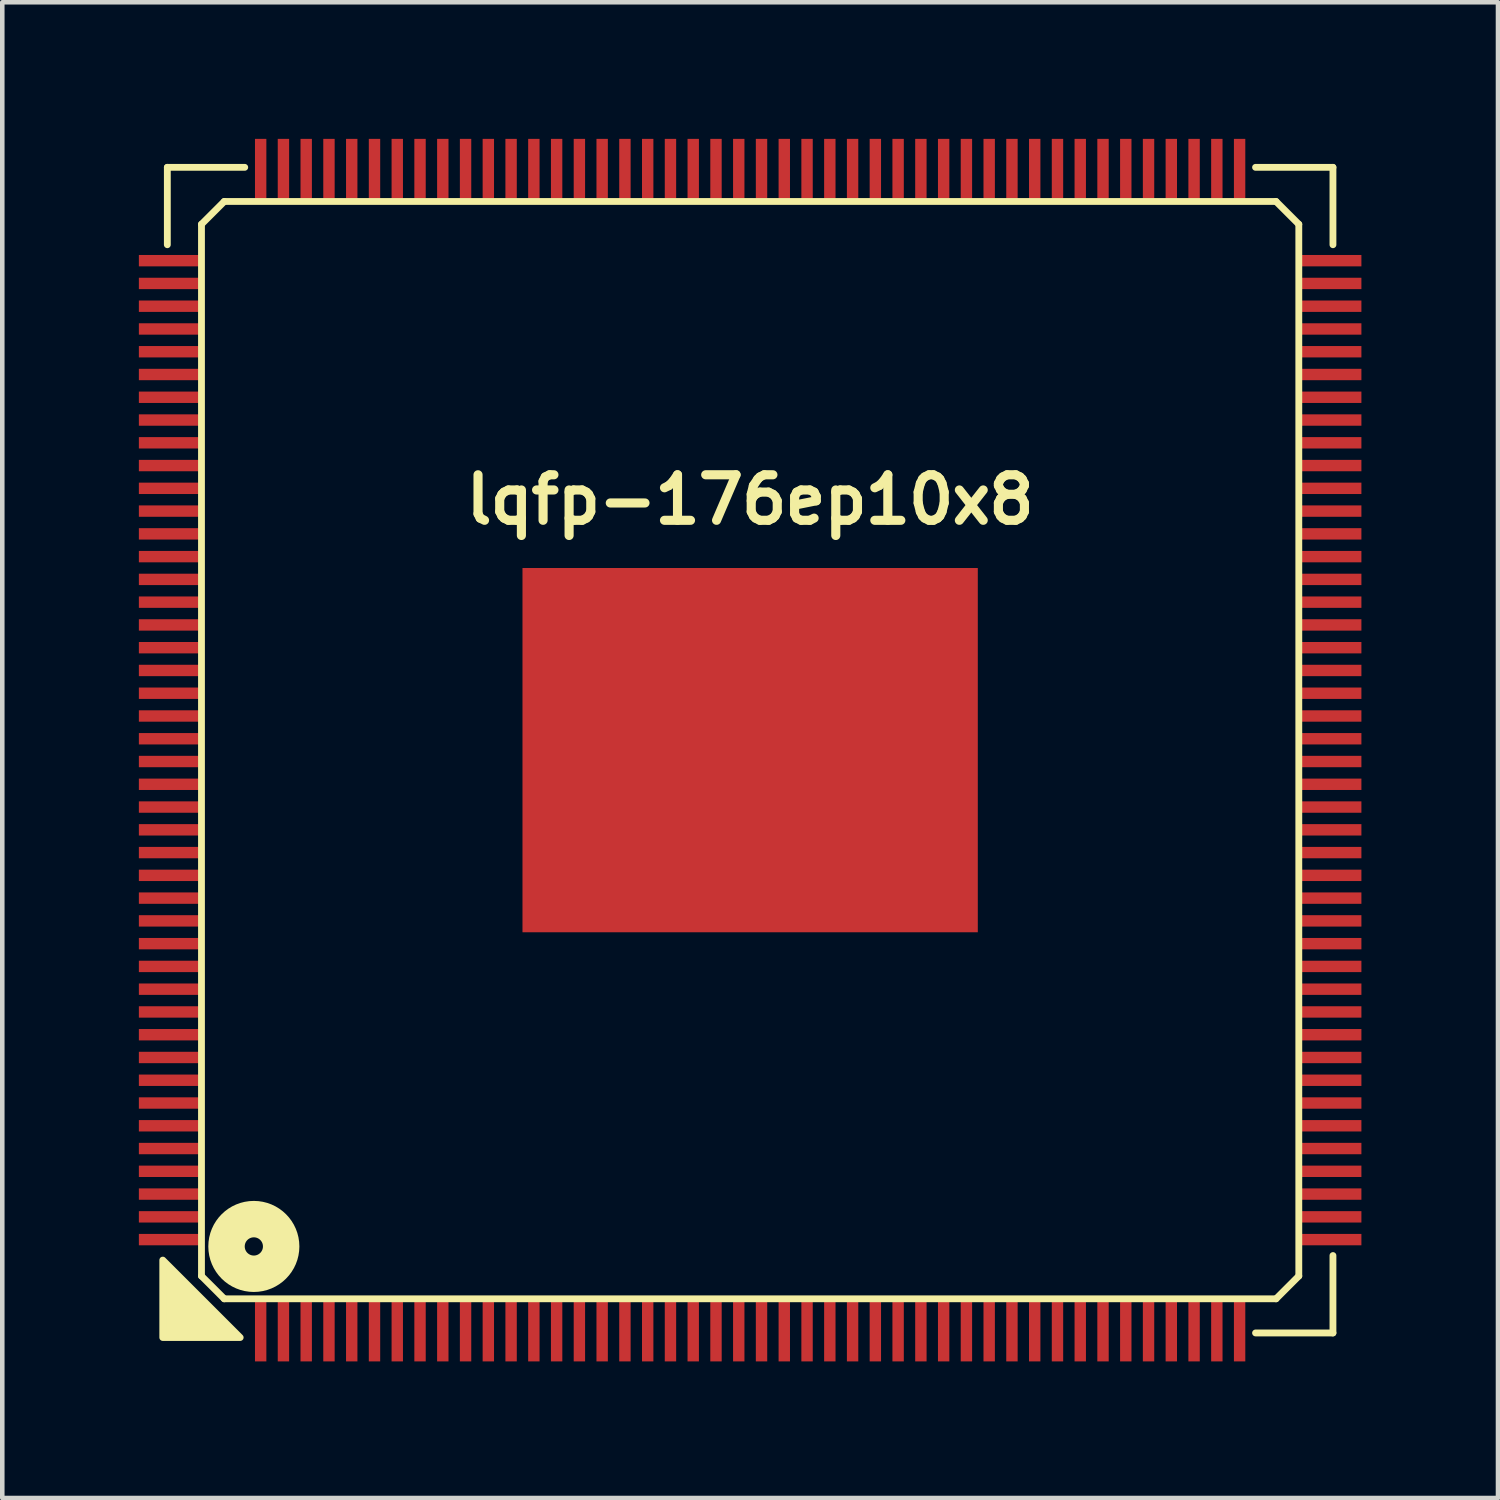
<source format=kicad_pcb>
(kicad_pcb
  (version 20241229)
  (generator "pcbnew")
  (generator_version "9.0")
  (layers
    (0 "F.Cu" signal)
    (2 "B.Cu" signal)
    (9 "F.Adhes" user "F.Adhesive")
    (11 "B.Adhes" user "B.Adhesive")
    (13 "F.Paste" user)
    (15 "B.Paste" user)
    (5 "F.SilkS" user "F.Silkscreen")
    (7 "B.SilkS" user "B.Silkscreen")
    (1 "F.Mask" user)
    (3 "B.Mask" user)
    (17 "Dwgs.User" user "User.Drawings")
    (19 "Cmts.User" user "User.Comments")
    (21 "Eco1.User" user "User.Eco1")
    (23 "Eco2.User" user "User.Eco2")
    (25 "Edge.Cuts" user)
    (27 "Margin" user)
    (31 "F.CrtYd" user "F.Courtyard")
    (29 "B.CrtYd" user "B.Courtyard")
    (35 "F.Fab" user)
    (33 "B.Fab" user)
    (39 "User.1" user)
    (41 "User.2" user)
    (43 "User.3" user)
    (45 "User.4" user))
  (footprint "lqfp-176ep10x8"
    (layer "F.Cu")
    (at 13.425 13.425)
    (property "Reference" "lqfp-176ep10x8" (at 0 -5.5 0) (layer "F.SilkS") (effects (font (size 1 1) (thickness 0.2))))
    (attr smd)
    (fp_line (start -12.8 -12.8) (end -11.1 -12.8) (stroke (width 0.15) (type solid)) (layer "F.SilkS"))
    (fp_line (start -12.8 -11.1) (end -12.8 -12.8) (stroke (width 0.15) (type solid)) (layer "F.SilkS"))
    (fp_line (start -12.05 -11.55) (end -11.55 -12.05) (stroke (width 0.15) (type solid)) (layer "F.SilkS"))
    (fp_line (start -12.05 11.55) (end -12.05 -11.55) (stroke (width 0.15) (type solid)) (layer "F.SilkS"))
    (fp_line (start -11.55 -12.05) (end 11.55 -12.05) (stroke (width 0.15) (type solid)) (layer "F.SilkS"))
    (fp_line (start -11.55 12.05) (end -12.05 11.55) (stroke (width 0.15) (type solid)) (layer "F.SilkS"))
    (fp_line (start 11.1 -12.8) (end 12.8 -12.8) (stroke (width 0.15) (type solid)) (layer "F.SilkS"))
    (fp_line (start 11.55 -12.05) (end 12.05 -11.55) (stroke (width 0.15) (type solid)) (layer "F.SilkS"))
    (fp_line (start 11.55 12.05) (end -11.55 12.05) (stroke (width 0.15) (type solid)) (layer "F.SilkS"))
    (fp_line (start 12.05 -11.55) (end 12.05 11.55) (stroke (width 0.15) (type solid)) (layer "F.SilkS"))
    (fp_line (start 12.05 11.55) (end 11.55 12.05) (stroke (width 0.15) (type solid)) (layer "F.SilkS"))
    (fp_line (start 12.8 -12.8) (end 12.8 -11.1) (stroke (width 0.15) (type solid)) (layer "F.SilkS"))
    (fp_line (start 12.8 11.1) (end 12.8 12.8) (stroke (width 0.15) (type solid)) (layer "F.SilkS"))
    (fp_line (start 12.8 12.8) (end 11.1 12.8) (stroke (width 0.15) (type solid)) (layer "F.SilkS"))
    (fp_circle (center -10.9 10.9) (end -10.7 10.9) (stroke (width 0.8) (type solid)) (fill no) (layer "F.SilkS"))
    (fp_poly (pts (xy -11.2 12.9) (xy -12.9 12.9) (xy -12.9 11.2)) (stroke (width 0.15) (type solid)) (fill yes) (layer "F.SilkS"))
    (pad "" smd rect (at -3.1 -2.5) (size 2.8 2.2) (layers "F.Paste"))
    (pad "" smd rect (at -3.1 0) (size 2.8 2.2) (layers "F.Paste"))
    (pad "" smd rect (at -3.1 2.5) (size 2.8 2.2) (layers "F.Paste"))
    (pad "" smd rect (at 0 -2.5) (size 2.8 2.2) (layers "F.Paste"))
    (pad "" smd rect (at 0 0) (size 2.8 2.2) (layers "F.Paste"))
    (pad "" smd rect (at 0 2.5) (size 2.8 2.2) (layers "F.Paste"))
    (pad "" smd rect (at 3.1 -2.5) (size 2.8 2.2) (layers "F.Paste"))
    (pad "" smd rect (at 3.1 0) (size 2.8 2.2) (layers "F.Paste"))
    (pad "" smd rect (at 3.1 2.5) (size 2.8 2.2) (layers "F.Paste"))
    (pad "1" smd rect (at -10.75 12.75) (size 0.25 1.35) (layers "F.Cu" "F.Mask" "F.Paste"))
    (pad "2" smd rect (at -10.25 12.75) (size 0.25 1.35) (layers "F.Cu" "F.Mask" "F.Paste"))
    (pad "3" smd rect (at -9.75 12.75) (size 0.25 1.35) (layers "F.Cu" "F.Mask" "F.Paste"))
    (pad "4" smd rect (at -9.25 12.75) (size 0.25 1.35) (layers "F.Cu" "F.Mask" "F.Paste"))
    (pad "5" smd rect (at -8.75 12.75) (size 0.25 1.35) (layers "F.Cu" "F.Mask" "F.Paste"))
    (pad "6" smd rect (at -8.25 12.75) (size 0.25 1.35) (layers "F.Cu" "F.Mask" "F.Paste"))
    (pad "7" smd rect (at -7.75 12.75) (size 0.25 1.35) (layers "F.Cu" "F.Mask" "F.Paste"))
    (pad "8" smd rect (at -7.25 12.75) (size 0.25 1.35) (layers "F.Cu" "F.Mask" "F.Paste"))
    (pad "9" smd rect (at -6.75 12.75) (size 0.25 1.35) (layers "F.Cu" "F.Mask" "F.Paste"))
    (pad "10" smd rect (at -6.25 12.75) (size 0.25 1.35) (layers "F.Cu" "F.Mask" "F.Paste"))
    (pad "11" smd rect (at -5.75 12.75) (size 0.25 1.35) (layers "F.Cu" "F.Mask" "F.Paste"))
    (pad "12" smd rect (at -5.25 12.75) (size 0.25 1.35) (layers "F.Cu" "F.Mask" "F.Paste"))
    (pad "13" smd rect (at -4.75 12.75) (size 0.25 1.35) (layers "F.Cu" "F.Mask" "F.Paste"))
    (pad "14" smd rect (at -4.25 12.75) (size 0.25 1.35) (layers "F.Cu" "F.Mask" "F.Paste"))
    (pad "15" smd rect (at -3.75 12.75) (size 0.25 1.35) (layers "F.Cu" "F.Mask" "F.Paste"))
    (pad "16" smd rect (at -3.25 12.75) (size 0.25 1.35) (layers "F.Cu" "F.Mask" "F.Paste"))
    (pad "17" smd rect (at -2.75 12.75) (size 0.25 1.35) (layers "F.Cu" "F.Mask" "F.Paste"))
    (pad "18" smd rect (at -2.25 12.75) (size 0.25 1.35) (layers "F.Cu" "F.Mask" "F.Paste"))
    (pad "19" smd rect (at -1.75 12.75) (size 0.25 1.35) (layers "F.Cu" "F.Mask" "F.Paste"))
    (pad "20" smd rect (at -1.25 12.75) (size 0.25 1.35) (layers "F.Cu" "F.Mask" "F.Paste"))
    (pad "21" smd rect (at -0.75 12.75) (size 0.25 1.35) (layers "F.Cu" "F.Mask" "F.Paste"))
    (pad "22" smd rect (at -0.25 12.75) (size 0.25 1.35) (layers "F.Cu" "F.Mask" "F.Paste"))
    (pad "23" smd rect (at 0.25 12.75) (size 0.25 1.35) (layers "F.Cu" "F.Mask" "F.Paste"))
    (pad "24" smd rect (at 0.75 12.75) (size 0.25 1.35) (layers "F.Cu" "F.Mask" "F.Paste"))
    (pad "25" smd rect (at 1.25 12.75) (size 0.25 1.35) (layers "F.Cu" "F.Mask" "F.Paste"))
    (pad "26" smd rect (at 1.75 12.75) (size 0.25 1.35) (layers "F.Cu" "F.Mask" "F.Paste"))
    (pad "27" smd rect (at 2.25 12.75) (size 0.25 1.35) (layers "F.Cu" "F.Mask" "F.Paste"))
    (pad "28" smd rect (at 2.75 12.75) (size 0.25 1.35) (layers "F.Cu" "F.Mask" "F.Paste"))
    (pad "29" smd rect (at 3.25 12.75) (size 0.25 1.35) (layers "F.Cu" "F.Mask" "F.Paste"))
    (pad "30" smd rect (at 3.75 12.75) (size 0.25 1.35) (layers "F.Cu" "F.Mask" "F.Paste"))
    (pad "31" smd rect (at 4.25 12.75) (size 0.25 1.35) (layers "F.Cu" "F.Mask" "F.Paste"))
    (pad "32" smd rect (at 4.75 12.75) (size 0.25 1.35) (layers "F.Cu" "F.Mask" "F.Paste"))
    (pad "33" smd rect (at 5.25 12.75) (size 0.25 1.35) (layers "F.Cu" "F.Mask" "F.Paste"))
    (pad "34" smd rect (at 5.75 12.75) (size 0.25 1.35) (layers "F.Cu" "F.Mask" "F.Paste"))
    (pad "35" smd rect (at 6.25 12.75) (size 0.25 1.35) (layers "F.Cu" "F.Mask" "F.Paste"))
    (pad "36" smd rect (at 6.75 12.75) (size 0.25 1.35) (layers "F.Cu" "F.Mask" "F.Paste"))
    (pad "37" smd rect (at 7.25 12.75) (size 0.25 1.35) (layers "F.Cu" "F.Mask" "F.Paste"))
    (pad "38" smd rect (at 7.75 12.75) (size 0.25 1.35) (layers "F.Cu" "F.Mask" "F.Paste"))
    (pad "39" smd rect (at 8.25 12.75) (size 0.25 1.35) (layers "F.Cu" "F.Mask" "F.Paste"))
    (pad "40" smd rect (at 8.75 12.75) (size 0.25 1.35) (layers "F.Cu" "F.Mask" "F.Paste"))
    (pad "41" smd rect (at 9.25 12.75) (size 0.25 1.35) (layers "F.Cu" "F.Mask" "F.Paste"))
    (pad "42" smd rect (at 9.75 12.75) (size 0.25 1.35) (layers "F.Cu" "F.Mask" "F.Paste"))
    (pad "43" smd rect (at 10.25 12.75) (size 0.25 1.35) (layers "F.Cu" "F.Mask" "F.Paste"))
    (pad "44" smd rect (at 10.75 12.75) (size 0.25 1.35) (layers "F.Cu" "F.Mask" "F.Paste"))
    (pad "45" smd rect (at 12.75 10.75) (size 1.35 0.25) (layers "F.Cu" "F.Mask" "F.Paste"))
    (pad "46" smd rect (at 12.75 10.25) (size 1.35 0.25) (layers "F.Cu" "F.Mask" "F.Paste"))
    (pad "47" smd rect (at 12.75 9.75) (size 1.35 0.25) (layers "F.Cu" "F.Mask" "F.Paste"))
    (pad "48" smd rect (at 12.75 9.25) (size 1.35 0.25) (layers "F.Cu" "F.Mask" "F.Paste"))
    (pad "49" smd rect (at 12.75 8.75) (size 1.35 0.25) (layers "F.Cu" "F.Mask" "F.Paste"))
    (pad "50" smd rect (at 12.75 8.25) (size 1.35 0.25) (layers "F.Cu" "F.Mask" "F.Paste"))
    (pad "51" smd rect (at 12.75 7.75) (size 1.35 0.25) (layers "F.Cu" "F.Mask" "F.Paste"))
    (pad "52" smd rect (at 12.75 7.25) (size 1.35 0.25) (layers "F.Cu" "F.Mask" "F.Paste"))
    (pad "53" smd rect (at 12.75 6.75) (size 1.35 0.25) (layers "F.Cu" "F.Mask" "F.Paste"))
    (pad "54" smd rect (at 12.75 6.25) (size 1.35 0.25) (layers "F.Cu" "F.Mask" "F.Paste"))
    (pad "55" smd rect (at 12.75 5.75) (size 1.35 0.25) (layers "F.Cu" "F.Mask" "F.Paste"))
    (pad "56" smd rect (at 12.75 5.25) (size 1.35 0.25) (layers "F.Cu" "F.Mask" "F.Paste"))
    (pad "57" smd rect (at 12.75 4.75) (size 1.35 0.25) (layers "F.Cu" "F.Mask" "F.Paste"))
    (pad "58" smd rect (at 12.75 4.25) (size 1.35 0.25) (layers "F.Cu" "F.Mask" "F.Paste"))
    (pad "59" smd rect (at 12.75 3.75) (size 1.35 0.25) (layers "F.Cu" "F.Mask" "F.Paste"))
    (pad "60" smd rect (at 12.75 3.25) (size 1.35 0.25) (layers "F.Cu" "F.Mask" "F.Paste"))
    (pad "61" smd rect (at 12.75 2.75) (size 1.35 0.25) (layers "F.Cu" "F.Mask" "F.Paste"))
    (pad "62" smd rect (at 12.75 2.25) (size 1.35 0.25) (layers "F.Cu" "F.Mask" "F.Paste"))
    (pad "63" smd rect (at 12.75 1.75) (size 1.35 0.25) (layers "F.Cu" "F.Mask" "F.Paste"))
    (pad "64" smd rect (at 12.75 1.25) (size 1.35 0.25) (layers "F.Cu" "F.Mask" "F.Paste"))
    (pad "65" smd rect (at 12.75 0.75) (size 1.35 0.25) (layers "F.Cu" "F.Mask" "F.Paste"))
    (pad "66" smd rect (at 12.75 0.25) (size 1.35 0.25) (layers "F.Cu" "F.Mask" "F.Paste"))
    (pad "67" smd rect (at 12.75 -0.25) (size 1.35 0.25) (layers "F.Cu" "F.Mask" "F.Paste"))
    (pad "68" smd rect (at 12.75 -0.75) (size 1.35 0.25) (layers "F.Cu" "F.Mask" "F.Paste"))
    (pad "69" smd rect (at 12.75 -1.25) (size 1.35 0.25) (layers "F.Cu" "F.Mask" "F.Paste"))
    (pad "70" smd rect (at 12.75 -1.75) (size 1.35 0.25) (layers "F.Cu" "F.Mask" "F.Paste"))
    (pad "71" smd rect (at 12.75 -2.25) (size 1.35 0.25) (layers "F.Cu" "F.Mask" "F.Paste"))
    (pad "72" smd rect (at 12.75 -2.75) (size 1.35 0.25) (layers "F.Cu" "F.Mask" "F.Paste"))
    (pad "73" smd rect (at 12.75 -3.25) (size 1.35 0.25) (layers "F.Cu" "F.Mask" "F.Paste"))
    (pad "74" smd rect (at 12.75 -3.75) (size 1.35 0.25) (layers "F.Cu" "F.Mask" "F.Paste"))
    (pad "75" smd rect (at 12.75 -4.25) (size 1.35 0.25) (layers "F.Cu" "F.Mask" "F.Paste"))
    (pad "76" smd rect (at 12.75 -4.75) (size 1.35 0.25) (layers "F.Cu" "F.Mask" "F.Paste"))
    (pad "77" smd rect (at 12.75 -5.25) (size 1.35 0.25) (layers "F.Cu" "F.Mask" "F.Paste"))
    (pad "78" smd rect (at 12.75 -5.75) (size 1.35 0.25) (layers "F.Cu" "F.Mask" "F.Paste"))
    (pad "79" smd rect (at 12.75 -6.25) (size 1.35 0.25) (layers "F.Cu" "F.Mask" "F.Paste"))
    (pad "80" smd rect (at 12.75 -6.75) (size 1.35 0.25) (layers "F.Cu" "F.Mask" "F.Paste"))
    (pad "81" smd rect (at 12.75 -7.25) (size 1.35 0.25) (layers "F.Cu" "F.Mask" "F.Paste"))
    (pad "82" smd rect (at 12.75 -7.75) (size 1.35 0.25) (layers "F.Cu" "F.Mask" "F.Paste"))
    (pad "83" smd rect (at 12.75 -8.25) (size 1.35 0.25) (layers "F.Cu" "F.Mask" "F.Paste"))
    (pad "84" smd rect (at 12.75 -8.75) (size 1.35 0.25) (layers "F.Cu" "F.Mask" "F.Paste"))
    (pad "85" smd rect (at 12.75 -9.25) (size 1.35 0.25) (layers "F.Cu" "F.Mask" "F.Paste"))
    (pad "86" smd rect (at 12.75 -9.75) (size 1.35 0.25) (layers "F.Cu" "F.Mask" "F.Paste"))
    (pad "87" smd rect (at 12.75 -10.25) (size 1.35 0.25) (layers "F.Cu" "F.Mask" "F.Paste"))
    (pad "88" smd rect (at 12.75 -10.75) (size 1.35 0.25) (layers "F.Cu" "F.Mask" "F.Paste"))
    (pad "89" smd rect (at 10.75 -12.75) (size 0.25 1.35) (layers "F.Cu" "F.Mask" "F.Paste"))
    (pad "90" smd rect (at 10.25 -12.75) (size 0.25 1.35) (layers "F.Cu" "F.Mask" "F.Paste"))
    (pad "91" smd rect (at 9.75 -12.75) (size 0.25 1.35) (layers "F.Cu" "F.Mask" "F.Paste"))
    (pad "92" smd rect (at 9.25 -12.75) (size 0.25 1.35) (layers "F.Cu" "F.Mask" "F.Paste"))
    (pad "93" smd rect (at 8.75 -12.75) (size 0.25 1.35) (layers "F.Cu" "F.Mask" "F.Paste"))
    (pad "94" smd rect (at 8.25 -12.75) (size 0.25 1.35) (layers "F.Cu" "F.Mask" "F.Paste"))
    (pad "95" smd rect (at 7.75 -12.75) (size 0.25 1.35) (layers "F.Cu" "F.Mask" "F.Paste"))
    (pad "96" smd rect (at 7.25 -12.75) (size 0.25 1.35) (layers "F.Cu" "F.Mask" "F.Paste"))
    (pad "97" smd rect (at 6.75 -12.75) (size 0.25 1.35) (layers "F.Cu" "F.Mask" "F.Paste"))
    (pad "98" smd rect (at 6.25 -12.75) (size 0.25 1.35) (layers "F.Cu" "F.Mask" "F.Paste"))
    (pad "99" smd rect (at 5.75 -12.75) (size 0.25 1.35) (layers "F.Cu" "F.Mask" "F.Paste"))
    (pad "100" smd rect (at 5.25 -12.75) (size 0.25 1.35) (layers "F.Cu" "F.Mask" "F.Paste"))
    (pad "101" smd rect (at 4.75 -12.75) (size 0.25 1.35) (layers "F.Cu" "F.Mask" "F.Paste"))
    (pad "102" smd rect (at 4.25 -12.75) (size 0.25 1.35) (layers "F.Cu" "F.Mask" "F.Paste"))
    (pad "103" smd rect (at 3.75 -12.75) (size 0.25 1.35) (layers "F.Cu" "F.Mask" "F.Paste"))
    (pad "104" smd rect (at 3.25 -12.75) (size 0.25 1.35) (layers "F.Cu" "F.Mask" "F.Paste"))
    (pad "105" smd rect (at 2.75 -12.75) (size 0.25 1.35) (layers "F.Cu" "F.Mask" "F.Paste"))
    (pad "106" smd rect (at 2.25 -12.75) (size 0.25 1.35) (layers "F.Cu" "F.Mask" "F.Paste"))
    (pad "107" smd rect (at 1.75 -12.75) (size 0.25 1.35) (layers "F.Cu" "F.Mask" "F.Paste"))
    (pad "108" smd rect (at 1.25 -12.75) (size 0.25 1.35) (layers "F.Cu" "F.Mask" "F.Paste"))
    (pad "109" smd rect (at 0.75 -12.75) (size 0.25 1.35) (layers "F.Cu" "F.Mask" "F.Paste"))
    (pad "110" smd rect (at 0.25 -12.75) (size 0.25 1.35) (layers "F.Cu" "F.Mask" "F.Paste"))
    (pad "111" smd rect (at -0.25 -12.75) (size 0.25 1.35) (layers "F.Cu" "F.Mask" "F.Paste"))
    (pad "112" smd rect (at -0.75 -12.75) (size 0.25 1.35) (layers "F.Cu" "F.Mask" "F.Paste"))
    (pad "113" smd rect (at -1.25 -12.75) (size 0.25 1.35) (layers "F.Cu" "F.Mask" "F.Paste"))
    (pad "114" smd rect (at -1.75 -12.75) (size 0.25 1.35) (layers "F.Cu" "F.Mask" "F.Paste"))
    (pad "115" smd rect (at -2.25 -12.75) (size 0.25 1.35) (layers "F.Cu" "F.Mask" "F.Paste"))
    (pad "116" smd rect (at -2.75 -12.75) (size 0.25 1.35) (layers "F.Cu" "F.Mask" "F.Paste"))
    (pad "117" smd rect (at -3.25 -12.75) (size 0.25 1.35) (layers "F.Cu" "F.Mask" "F.Paste"))
    (pad "118" smd rect (at -3.75 -12.75) (size 0.25 1.35) (layers "F.Cu" "F.Mask" "F.Paste"))
    (pad "119" smd rect (at -4.25 -12.75) (size 0.25 1.35) (layers "F.Cu" "F.Mask" "F.Paste"))
    (pad "120" smd rect (at -4.75 -12.75) (size 0.25 1.35) (layers "F.Cu" "F.Mask" "F.Paste"))
    (pad "121" smd rect (at -5.25 -12.75) (size 0.25 1.35) (layers "F.Cu" "F.Mask" "F.Paste"))
    (pad "122" smd rect (at -5.75 -12.75) (size 0.25 1.35) (layers "F.Cu" "F.Mask" "F.Paste"))
    (pad "123" smd rect (at -6.25 -12.75) (size 0.25 1.35) (layers "F.Cu" "F.Mask" "F.Paste"))
    (pad "124" smd rect (at -6.75 -12.75) (size 0.25 1.35) (layers "F.Cu" "F.Mask" "F.Paste"))
    (pad "125" smd rect (at -7.25 -12.75) (size 0.25 1.35) (layers "F.Cu" "F.Mask" "F.Paste"))
    (pad "126" smd rect (at -7.75 -12.75) (size 0.25 1.35) (layers "F.Cu" "F.Mask" "F.Paste"))
    (pad "127" smd rect (at -8.25 -12.75) (size 0.25 1.35) (layers "F.Cu" "F.Mask" "F.Paste"))
    (pad "128" smd rect (at -8.75 -12.75) (size 0.25 1.35) (layers "F.Cu" "F.Mask" "F.Paste"))
    (pad "129" smd rect (at -9.25 -12.75) (size 0.25 1.35) (layers "F.Cu" "F.Mask" "F.Paste"))
    (pad "130" smd rect (at -9.75 -12.75) (size 0.25 1.35) (layers "F.Cu" "F.Mask" "F.Paste"))
    (pad "131" smd rect (at -10.25 -12.75) (size 0.25 1.35) (layers "F.Cu" "F.Mask" "F.Paste"))
    (pad "132" smd rect (at -10.75 -12.75) (size 0.25 1.35) (layers "F.Cu" "F.Mask" "F.Paste"))
    (pad "133" smd rect (at -12.75 -10.75) (size 1.35 0.25) (layers "F.Cu" "F.Mask" "F.Paste"))
    (pad "134" smd rect (at -12.75 -10.25) (size 1.35 0.25) (layers "F.Cu" "F.Mask" "F.Paste"))
    (pad "135" smd rect (at -12.75 -9.75) (size 1.35 0.25) (layers "F.Cu" "F.Mask" "F.Paste"))
    (pad "136" smd rect (at -12.75 -9.25) (size 1.35 0.25) (layers "F.Cu" "F.Mask" "F.Paste"))
    (pad "137" smd rect (at -12.75 -8.75) (size 1.35 0.25) (layers "F.Cu" "F.Mask" "F.Paste"))
    (pad "138" smd rect (at -12.75 -8.25) (size 1.35 0.25) (layers "F.Cu" "F.Mask" "F.Paste"))
    (pad "139" smd rect (at -12.75 -7.75) (size 1.35 0.25) (layers "F.Cu" "F.Mask" "F.Paste"))
    (pad "140" smd rect (at -12.75 -7.25) (size 1.35 0.25) (layers "F.Cu" "F.Mask" "F.Paste"))
    (pad "141" smd rect (at -12.75 -6.75) (size 1.35 0.25) (layers "F.Cu" "F.Mask" "F.Paste"))
    (pad "142" smd rect (at -12.75 -6.25) (size 1.35 0.25) (layers "F.Cu" "F.Mask" "F.Paste"))
    (pad "143" smd rect (at -12.75 -5.75) (size 1.35 0.25) (layers "F.Cu" "F.Mask" "F.Paste"))
    (pad "144" smd rect (at -12.75 -5.25) (size 1.35 0.25) (layers "F.Cu" "F.Mask" "F.Paste"))
    (pad "145" smd rect (at -12.75 -4.75) (size 1.35 0.25) (layers "F.Cu" "F.Mask" "F.Paste"))
    (pad "146" smd rect (at -12.75 -4.25) (size 1.35 0.25) (layers "F.Cu" "F.Mask" "F.Paste"))
    (pad "147" smd rect (at -12.75 -3.75) (size 1.35 0.25) (layers "F.Cu" "F.Mask" "F.Paste"))
    (pad "148" smd rect (at -12.75 -3.25) (size 1.35 0.25) (layers "F.Cu" "F.Mask" "F.Paste"))
    (pad "149" smd rect (at -12.75 -2.75) (size 1.35 0.25) (layers "F.Cu" "F.Mask" "F.Paste"))
    (pad "150" smd rect (at -12.75 -2.25) (size 1.35 0.25) (layers "F.Cu" "F.Mask" "F.Paste"))
    (pad "151" smd rect (at -12.75 -1.75) (size 1.35 0.25) (layers "F.Cu" "F.Mask" "F.Paste"))
    (pad "152" smd rect (at -12.75 -1.25) (size 1.35 0.25) (layers "F.Cu" "F.Mask" "F.Paste"))
    (pad "153" smd rect (at -12.75 -0.75) (size 1.35 0.25) (layers "F.Cu" "F.Mask" "F.Paste"))
    (pad "154" smd rect (at -12.75 -0.25) (size 1.35 0.25) (layers "F.Cu" "F.Mask" "F.Paste"))
    (pad "155" smd rect (at -12.75 0.25) (size 1.35 0.25) (layers "F.Cu" "F.Mask" "F.Paste"))
    (pad "156" smd rect (at -12.75 0.75) (size 1.35 0.25) (layers "F.Cu" "F.Mask" "F.Paste"))
    (pad "157" smd rect (at -12.75 1.25) (size 1.35 0.25) (layers "F.Cu" "F.Mask" "F.Paste"))
    (pad "158" smd rect (at -12.75 1.75) (size 1.35 0.25) (layers "F.Cu" "F.Mask" "F.Paste"))
    (pad "159" smd rect (at -12.75 2.25) (size 1.35 0.25) (layers "F.Cu" "F.Mask" "F.Paste"))
    (pad "160" smd rect (at -12.75 2.75) (size 1.35 0.25) (layers "F.Cu" "F.Mask" "F.Paste"))
    (pad "161" smd rect (at -12.75 3.25) (size 1.35 0.25) (layers "F.Cu" "F.Mask" "F.Paste"))
    (pad "162" smd rect (at -12.75 3.75) (size 1.35 0.25) (layers "F.Cu" "F.Mask" "F.Paste"))
    (pad "163" smd rect (at -12.75 4.25) (size 1.35 0.25) (layers "F.Cu" "F.Mask" "F.Paste"))
    (pad "164" smd rect (at -12.75 4.75) (size 1.35 0.25) (layers "F.Cu" "F.Mask" "F.Paste"))
    (pad "165" smd rect (at -12.75 5.25) (size 1.35 0.25) (layers "F.Cu" "F.Mask" "F.Paste"))
    (pad "166" smd rect (at -12.75 5.75) (size 1.35 0.25) (layers "F.Cu" "F.Mask" "F.Paste"))
    (pad "167" smd rect (at -12.75 6.25) (size 1.35 0.25) (layers "F.Cu" "F.Mask" "F.Paste"))
    (pad "168" smd rect (at -12.75 6.75) (size 1.35 0.25) (layers "F.Cu" "F.Mask" "F.Paste"))
    (pad "169" smd rect (at -12.75 7.25) (size 1.35 0.25) (layers "F.Cu" "F.Mask" "F.Paste"))
    (pad "170" smd rect (at -12.75 7.75) (size 1.35 0.25) (layers "F.Cu" "F.Mask" "F.Paste"))
    (pad "171" smd rect (at -12.75 8.25) (size 1.35 0.25) (layers "F.Cu" "F.Mask" "F.Paste"))
    (pad "172" smd rect (at -12.75 8.75) (size 1.35 0.25) (layers "F.Cu" "F.Mask" "F.Paste"))
    (pad "173" smd rect (at -12.75 9.25) (size 1.35 0.25) (layers "F.Cu" "F.Mask" "F.Paste"))
    (pad "174" smd rect (at -12.75 9.75) (size 1.35 0.25) (layers "F.Cu" "F.Mask" "F.Paste"))
    (pad "175" smd rect (at -12.75 10.25) (size 1.35 0.25) (layers "F.Cu" "F.Mask" "F.Paste"))
    (pad "176" smd rect (at -12.75 10.75) (size 1.35 0.25) (layers "F.Cu" "F.Mask" "F.Paste"))
    (pad "177" smd rect (at 0 0) (size 10 8) (layers "F.Cu" "F.Mask")))
  (gr_rect
    (start -3 -3)
    (end 29.85 29.85)
    (stroke (width 0.1) (type default))
    (fill no)
    (layer "Edge.Cuts")))
</source>
